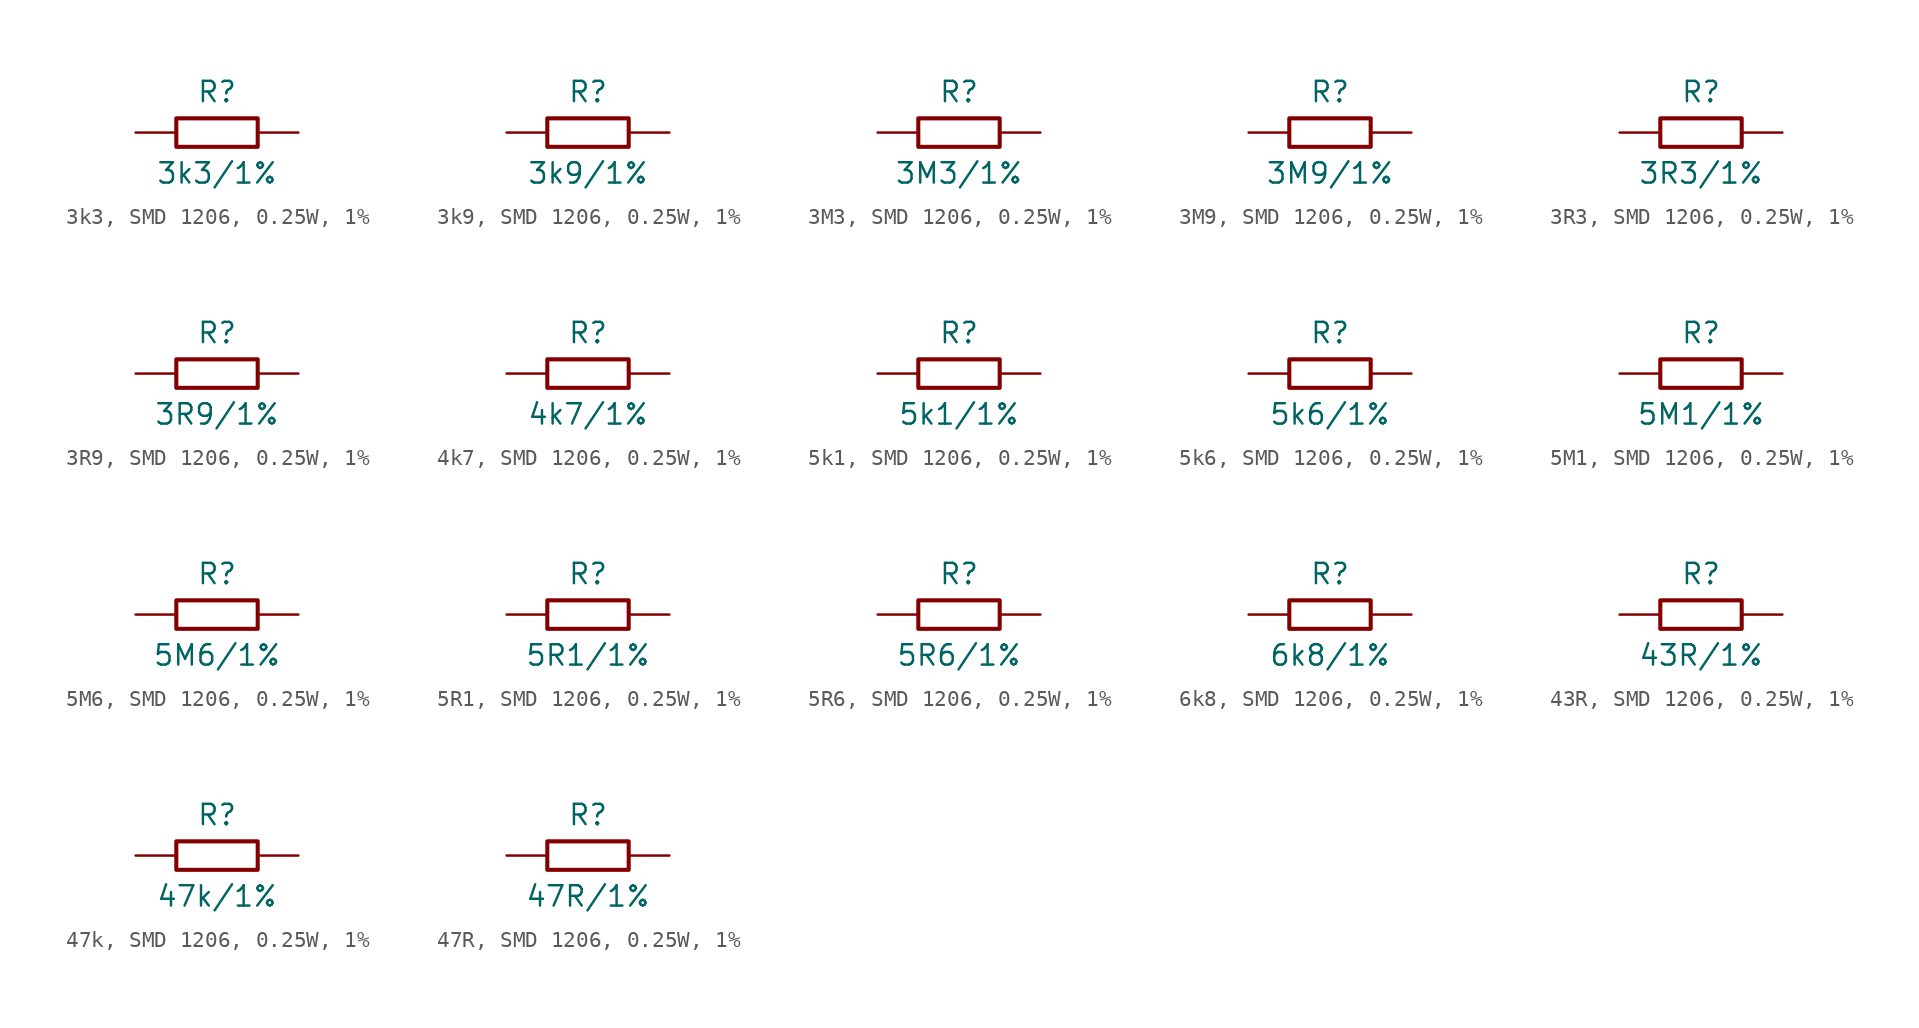
<source format=kicad_sym>
(kicad_symbol_lib
  (version 20220914)
  (generator kicad_symbol_editor)
  (symbol "3k3, SMD 1206, 0.25W, 1%"
    (pin_numbers hide)
    (pin_names
      (offset 0) hide)
    (property "Reference" "R"
      (at 0 2.54 0)
      (effects (font (size 1.27 1.27))))
    (property "Value" "3k3/1%"
      (at 0 -2.54 0)
      (effects (font (size 1.27 1.27))))
    (symbol "3k3, SMD 1206, 0.25W, 1%_0_1"
      (rectangle (start -2.54 0.889) (end 2.54 -0.889) (stroke (width 0.254) (type default)) (fill (type none))))
    (symbol "3k3, SMD 1206, 0.25W, 1%_1_1"
      (pin passive line (at -5.08 0 0) (length 2.54) (name "1" (effects (font (size 1.27 1.27)))) (number "1" (effects (font (size 1.27 1.27)))))
      (pin passive line (at 5.08 0 180) (length 2.54) (name "2" (effects (font (size 1.27 1.27)))) (number "2" (effects (font (size 1.27 1.27)))))))
  (symbol "3k9, SMD 1206, 0.25W, 1%"
    (pin_numbers hide)
    (pin_names
      (offset 0) hide)
    (property "Reference" "R"
      (at 0 2.54 0)
      (effects (font (size 1.27 1.27))))
    (property "Value" "3k9/1%"
      (at 0 -2.54 0)
      (effects (font (size 1.27 1.27))))
    (symbol "3k9, SMD 1206, 0.25W, 1%_0_1"
      (rectangle (start -2.54 0.889) (end 2.54 -0.889) (stroke (width 0.254) (type default)) (fill (type none))))
    (symbol "3k9, SMD 1206, 0.25W, 1%_1_1"
      (pin passive line (at -5.08 0 0) (length 2.54) (name "1" (effects (font (size 1.27 1.27)))) (number "1" (effects (font (size 1.27 1.27)))))
      (pin passive line (at 5.08 0 180) (length 2.54) (name "2" (effects (font (size 1.27 1.27)))) (number "2" (effects (font (size 1.27 1.27)))))))
  (symbol "3M3, SMD 1206, 0.25W, 1%"
    (pin_numbers hide)
    (pin_names
      (offset 0) hide)
    (property "Reference" "R"
      (at 0 2.54 0)
      (effects (font (size 1.27 1.27))))
    (property "Value" "3M3/1%"
      (at 0 -2.54 0)
      (effects (font (size 1.27 1.27))))
    (symbol "3M3, SMD 1206, 0.25W, 1%_0_1"
      (rectangle (start -2.54 0.889) (end 2.54 -0.889) (stroke (width 0.254) (type default)) (fill (type none))))
    (symbol "3M3, SMD 1206, 0.25W, 1%_1_1"
      (pin passive line (at -5.08 0 0) (length 2.54) (name "1" (effects (font (size 1.27 1.27)))) (number "1" (effects (font (size 1.27 1.27)))))
      (pin passive line (at 5.08 0 180) (length 2.54) (name "2" (effects (font (size 1.27 1.27)))) (number "2" (effects (font (size 1.27 1.27)))))))
  (symbol "3M9, SMD 1206, 0.25W, 1%"
    (pin_numbers hide)
    (pin_names
      (offset 0) hide)
    (property "Reference" "R"
      (at 0 2.54 0)
      (effects (font (size 1.27 1.27))))
    (property "Value" "3M9/1%"
      (at 0 -2.54 0)
      (effects (font (size 1.27 1.27))))
    (symbol "3M9, SMD 1206, 0.25W, 1%_0_1"
      (rectangle (start -2.54 0.889) (end 2.54 -0.889) (stroke (width 0.254) (type default)) (fill (type none))))
    (symbol "3M9, SMD 1206, 0.25W, 1%_1_1"
      (pin passive line (at -5.08 0 0) (length 2.54) (name "1" (effects (font (size 1.27 1.27)))) (number "1" (effects (font (size 1.27 1.27)))))
      (pin passive line (at 5.08 0 180) (length 2.54) (name "2" (effects (font (size 1.27 1.27)))) (number "2" (effects (font (size 1.27 1.27)))))))
  (symbol "3R3, SMD 1206, 0.25W, 1%"
    (pin_numbers hide)
    (pin_names
      (offset 0) hide)
    (property "Reference" "R"
      (at 0 2.54 0)
      (effects (font (size 1.27 1.27))))
    (property "Value" "3R3/1%"
      (at 0 -2.54 0)
      (effects (font (size 1.27 1.27))))
    (symbol "3R3, SMD 1206, 0.25W, 1%_0_1"
      (rectangle (start -2.54 0.889) (end 2.54 -0.889) (stroke (width 0.254) (type default)) (fill (type none))))
    (symbol "3R3, SMD 1206, 0.25W, 1%_1_1"
      (pin passive line (at -5.08 0 0) (length 2.54) (name "1" (effects (font (size 1.27 1.27)))) (number "1" (effects (font (size 1.27 1.27)))))
      (pin passive line (at 5.08 0 180) (length 2.54) (name "2" (effects (font (size 1.27 1.27)))) (number "2" (effects (font (size 1.27 1.27)))))))
  (symbol "3R9, SMD 1206, 0.25W, 1%"
    (pin_numbers hide)
    (pin_names
      (offset 0) hide)
    (property "Reference" "R"
      (at 0 2.54 0)
      (effects (font (size 1.27 1.27))))
    (property "Value" "3R9/1%"
      (at 0 -2.54 0)
      (effects (font (size 1.27 1.27))))
    (symbol "3R9, SMD 1206, 0.25W, 1%_0_1"
      (rectangle (start -2.54 0.889) (end 2.54 -0.889) (stroke (width 0.254) (type default)) (fill (type none))))
    (symbol "3R9, SMD 1206, 0.25W, 1%_1_1"
      (pin passive line (at -5.08 0 0) (length 2.54) (name "1" (effects (font (size 1.27 1.27)))) (number "1" (effects (font (size 1.27 1.27)))))
      (pin passive line (at 5.08 0 180) (length 2.54) (name "2" (effects (font (size 1.27 1.27)))) (number "2" (effects (font (size 1.27 1.27)))))))
  (symbol "4k7, SMD 1206, 0.25W, 1%"
    (pin_numbers hide)
    (pin_names
      (offset 0) hide)
    (property "Reference" "R"
      (at 0 2.54 0)
      (effects (font (size 1.27 1.27))))
    (property "Value" "4k7/1%"
      (at 0 -2.54 0)
      (effects (font (size 1.27 1.27))))
    (symbol "4k7, SMD 1206, 0.25W, 1%_0_1"
      (rectangle (start -2.54 0.889) (end 2.54 -0.889) (stroke (width 0.254) (type default)) (fill (type none))))
    (symbol "4k7, SMD 1206, 0.25W, 1%_1_1"
      (pin passive line (at -5.08 0 0) (length 2.54) (name "1" (effects (font (size 1.27 1.27)))) (number "1" (effects (font (size 1.27 1.27)))))
      (pin passive line (at 5.08 0 180) (length 2.54) (name "2" (effects (font (size 1.27 1.27)))) (number "2" (effects (font (size 1.27 1.27)))))))
  (symbol "5k1, SMD 1206, 0.25W, 1%"
    (pin_numbers hide)
    (pin_names
      (offset 0) hide)
    (property "Reference" "R"
      (at 0 2.54 0)
      (effects (font (size 1.27 1.27))))
    (property "Value" "5k1/1%"
      (at 0 -2.54 0)
      (effects (font (size 1.27 1.27))))
    (symbol "5k1, SMD 1206, 0.25W, 1%_0_1"
      (rectangle (start -2.54 0.889) (end 2.54 -0.889) (stroke (width 0.254) (type default)) (fill (type none))))
    (symbol "5k1, SMD 1206, 0.25W, 1%_1_1"
      (pin passive line (at -5.08 0 0) (length 2.54) (name "1" (effects (font (size 1.27 1.27)))) (number "1" (effects (font (size 1.27 1.27)))))
      (pin passive line (at 5.08 0 180) (length 2.54) (name "2" (effects (font (size 1.27 1.27)))) (number "2" (effects (font (size 1.27 1.27)))))))
  (symbol "5k6, SMD 1206, 0.25W, 1%"
    (pin_numbers hide)
    (pin_names
      (offset 0) hide)
    (property "Reference" "R"
      (at 0 2.54 0)
      (effects (font (size 1.27 1.27))))
    (property "Value" "5k6/1%"
      (at 0 -2.54 0)
      (effects (font (size 1.27 1.27))))
    (symbol "5k6, SMD 1206, 0.25W, 1%_0_1"
      (rectangle (start -2.54 0.889) (end 2.54 -0.889) (stroke (width 0.254) (type default)) (fill (type none))))
    (symbol "5k6, SMD 1206, 0.25W, 1%_1_1"
      (pin passive line (at -5.08 0 0) (length 2.54) (name "1" (effects (font (size 1.27 1.27)))) (number "1" (effects (font (size 1.27 1.27)))))
      (pin passive line (at 5.08 0 180) (length 2.54) (name "2" (effects (font (size 1.27 1.27)))) (number "2" (effects (font (size 1.27 1.27)))))))
  (symbol "5M1, SMD 1206, 0.25W, 1%"
    (pin_numbers hide)
    (pin_names
      (offset 0) hide)
    (property "Reference" "R"
      (at 0 2.54 0)
      (effects (font (size 1.27 1.27))))
    (property "Value" "5M1/1%"
      (at 0 -2.54 0)
      (effects (font (size 1.27 1.27))))
    (symbol "5M1, SMD 1206, 0.25W, 1%_0_1"
      (rectangle (start -2.54 0.889) (end 2.54 -0.889) (stroke (width 0.254) (type default)) (fill (type none))))
    (symbol "5M1, SMD 1206, 0.25W, 1%_1_1"
      (pin passive line (at -5.08 0 0) (length 2.54) (name "1" (effects (font (size 1.27 1.27)))) (number "1" (effects (font (size 1.27 1.27)))))
      (pin passive line (at 5.08 0 180) (length 2.54) (name "2" (effects (font (size 1.27 1.27)))) (number "2" (effects (font (size 1.27 1.27)))))))
  (symbol "5M6, SMD 1206, 0.25W, 1%"
    (pin_numbers hide)
    (pin_names
      (offset 0) hide)
    (property "Reference" "R"
      (at 0 2.54 0)
      (effects (font (size 1.27 1.27))))
    (property "Value" "5M6/1%"
      (at 0 -2.54 0)
      (effects (font (size 1.27 1.27))))
    (symbol "5M6, SMD 1206, 0.25W, 1%_0_1"
      (rectangle (start -2.54 0.889) (end 2.54 -0.889) (stroke (width 0.254) (type default)) (fill (type none))))
    (symbol "5M6, SMD 1206, 0.25W, 1%_1_1"
      (pin passive line (at -5.08 0 0) (length 2.54) (name "1" (effects (font (size 1.27 1.27)))) (number "1" (effects (font (size 1.27 1.27)))))
      (pin passive line (at 5.08 0 180) (length 2.54) (name "2" (effects (font (size 1.27 1.27)))) (number "2" (effects (font (size 1.27 1.27)))))))
  (symbol "5R1, SMD 1206, 0.25W, 1%"
    (pin_numbers hide)
    (pin_names
      (offset 0) hide)
    (property "Reference" "R"
      (at 0 2.54 0)
      (effects (font (size 1.27 1.27))))
    (property "Value" "5R1/1%"
      (at 0 -2.54 0)
      (effects (font (size 1.27 1.27))))
    (symbol "5R1, SMD 1206, 0.25W, 1%_0_1"
      (rectangle (start -2.54 0.889) (end 2.54 -0.889) (stroke (width 0.254) (type default)) (fill (type none))))
    (symbol "5R1, SMD 1206, 0.25W, 1%_1_1"
      (pin passive line (at -5.08 0 0) (length 2.54) (name "1" (effects (font (size 1.27 1.27)))) (number "1" (effects (font (size 1.27 1.27)))))
      (pin passive line (at 5.08 0 180) (length 2.54) (name "2" (effects (font (size 1.27 1.27)))) (number "2" (effects (font (size 1.27 1.27)))))))
  (symbol "5R6, SMD 1206, 0.25W, 1%"
    (pin_numbers hide)
    (pin_names
      (offset 0) hide)
    (property "Reference" "R"
      (at 0 2.54 0)
      (effects (font (size 1.27 1.27))))
    (property "Value" "5R6/1%"
      (at 0 -2.54 0)
      (effects (font (size 1.27 1.27))))
    (symbol "5R6, SMD 1206, 0.25W, 1%_0_1"
      (rectangle (start -2.54 0.889) (end 2.54 -0.889) (stroke (width 0.254) (type default)) (fill (type none))))
    (symbol "5R6, SMD 1206, 0.25W, 1%_1_1"
      (pin passive line (at -5.08 0 0) (length 2.54) (name "1" (effects (font (size 1.27 1.27)))) (number "1" (effects (font (size 1.27 1.27)))))
      (pin passive line (at 5.08 0 180) (length 2.54) (name "2" (effects (font (size 1.27 1.27)))) (number "2" (effects (font (size 1.27 1.27)))))))
  (symbol "6k8, SMD 1206, 0.25W, 1%"
    (pin_numbers hide)
    (pin_names
      (offset 0) hide)
    (property "Reference" "R"
      (at 0 2.54 0)
      (effects (font (size 1.27 1.27))))
    (property "Value" "6k8/1%"
      (at 0 -2.54 0)
      (effects (font (size 1.27 1.27))))
    (symbol "6k8, SMD 1206, 0.25W, 1%_0_1"
      (rectangle (start -2.54 0.889) (end 2.54 -0.889) (stroke (width 0.254) (type default)) (fill (type none))))
    (symbol "6k8, SMD 1206, 0.25W, 1%_1_1"
      (pin passive line (at -5.08 0 0) (length 2.54) (name "1" (effects (font (size 1.27 1.27)))) (number "1" (effects (font (size 1.27 1.27)))))
      (pin passive line (at 5.08 0 180) (length 2.54) (name "2" (effects (font (size 1.27 1.27)))) (number "2" (effects (font (size 1.27 1.27)))))))
  (symbol "43R, SMD 1206, 0.25W, 1%"
    (pin_numbers hide)
    (pin_names
      (offset 0) hide)
    (property "Reference" "R"
      (at 0 2.54 0)
      (effects (font (size 1.27 1.27))))
    (property "Value" "43R/1%"
      (at 0 -2.54 0)
      (effects (font (size 1.27 1.27))))
    (symbol "43R, SMD 1206, 0.25W, 1%_0_1"
      (rectangle (start -2.54 0.889) (end 2.54 -0.889) (stroke (width 0.254) (type default)) (fill (type none))))
    (symbol "43R, SMD 1206, 0.25W, 1%_1_1"
      (pin passive line (at -5.08 0 0) (length 2.54) (name "1" (effects (font (size 1.27 1.27)))) (number "1" (effects (font (size 1.27 1.27)))))
      (pin passive line (at 5.08 0 180) (length 2.54) (name "2" (effects (font (size 1.27 1.27)))) (number "2" (effects (font (size 1.27 1.27)))))))
  (symbol "47k, SMD 1206, 0.25W, 1%"
    (pin_numbers hide)
    (pin_names
      (offset 0) hide)
    (property "Reference" "R"
      (at 0 2.54 0)
      (effects (font (size 1.27 1.27))))
    (property "Value" "47k/1%"
      (at 0 -2.54 0)
      (effects (font (size 1.27 1.27))))
    (symbol "47k, SMD 1206, 0.25W, 1%_0_1"
      (rectangle (start -2.54 0.889) (end 2.54 -0.889) (stroke (width 0.254) (type default)) (fill (type none))))
    (symbol "47k, SMD 1206, 0.25W, 1%_1_1"
      (pin passive line (at -5.08 0 0) (length 2.54) (name "1" (effects (font (size 1.27 1.27)))) (number "1" (effects (font (size 1.27 1.27)))))
      (pin passive line (at 5.08 0 180) (length 2.54) (name "2" (effects (font (size 1.27 1.27)))) (number "2" (effects (font (size 1.27 1.27)))))))
  (symbol "47R, SMD 1206, 0.25W, 1%"
    (pin_numbers hide)
    (pin_names
      (offset 0) hide)
    (property "Reference" "R"
      (at 0 2.54 0)
      (effects (font (size 1.27 1.27))))
    (property "Value" "47R/1%"
      (at 0 -2.54 0)
      (effects (font (size 1.27 1.27))))
    (symbol "47R, SMD 1206, 0.25W, 1%_0_1"
      (rectangle (start -2.54 0.889) (end 2.54 -0.889) (stroke (width 0.254) (type default)) (fill (type none))))
    (symbol "47R, SMD 1206, 0.25W, 1%_1_1"
      (pin passive line (at -5.08 0 0) (length 2.54) (name "1" (effects (font (size 1.27 1.27)))) (number "1" (effects (font (size 1.27 1.27)))))
      (pin passive line (at 5.08 0 180) (length 2.54) (name "2" (effects (font (size 1.27 1.27)))) (number "2" (effects (font (size 1.27 1.27))))))))
</source>
